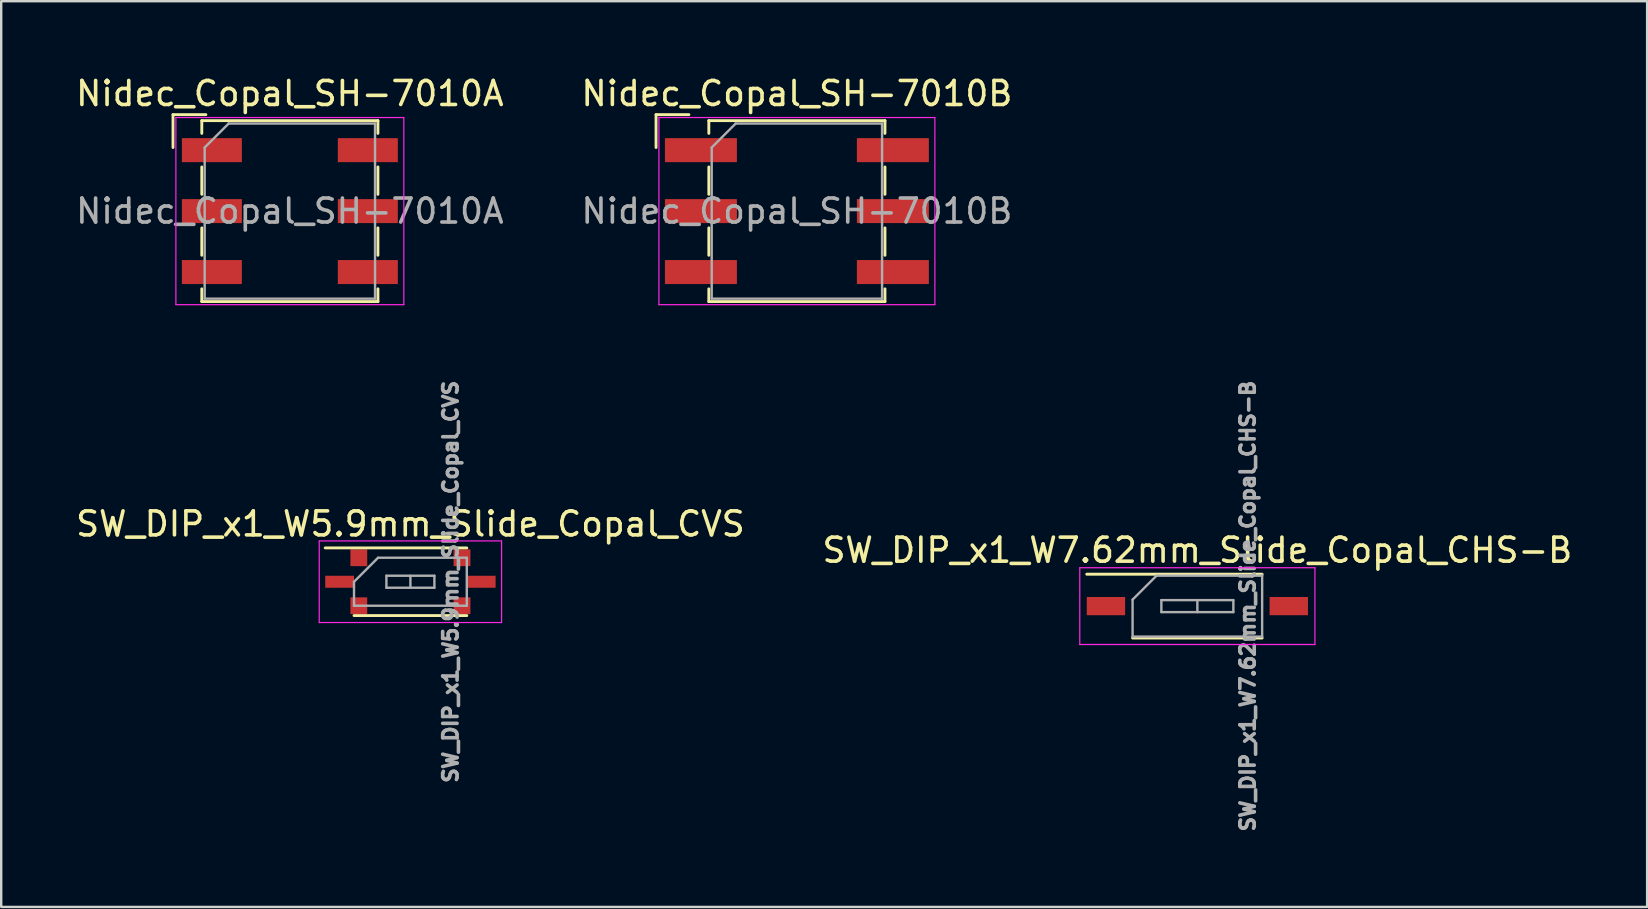
<source format=kicad_pcb>
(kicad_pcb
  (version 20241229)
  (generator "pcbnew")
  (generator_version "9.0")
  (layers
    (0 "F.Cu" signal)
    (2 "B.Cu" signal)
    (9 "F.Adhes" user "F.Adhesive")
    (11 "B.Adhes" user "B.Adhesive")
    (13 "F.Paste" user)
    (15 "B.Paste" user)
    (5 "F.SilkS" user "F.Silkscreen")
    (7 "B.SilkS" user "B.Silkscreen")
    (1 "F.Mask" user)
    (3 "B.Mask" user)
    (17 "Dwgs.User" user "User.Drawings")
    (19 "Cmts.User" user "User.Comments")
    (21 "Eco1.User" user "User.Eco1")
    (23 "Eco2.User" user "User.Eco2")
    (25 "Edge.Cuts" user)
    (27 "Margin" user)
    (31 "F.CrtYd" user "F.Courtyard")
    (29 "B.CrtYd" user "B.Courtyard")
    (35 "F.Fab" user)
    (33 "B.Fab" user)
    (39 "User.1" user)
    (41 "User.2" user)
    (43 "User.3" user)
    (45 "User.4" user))
  (footprint "Nidec_Copal_SH-7010A"
    (layer "F.Cu")
    (at 9.03 5.748)
    (property "Reference" "Nidec_Copal_SH-7010A" (at 0 -4.9 0) (layer "F.SilkS") (effects (font (size 1 1) (thickness 0.15))))
    (attr smd)
    (fp_line (start -4.87 -4.02) (end -3.5 -4.02) (stroke (width 0.12) (type solid)) (layer "F.SilkS"))
    (fp_line (start -4.87 -2.65) (end -4.87 -4.02) (stroke (width 0.12) (type solid)) (layer "F.SilkS"))
    (fp_line (start -3.67 -3.77) (end 3.67 -3.77) (stroke (width 0.12) (type solid)) (layer "F.SilkS"))
    (fp_line (start -3.67 -3.24) (end -3.67 -3.77) (stroke (width 0.12) (type solid)) (layer "F.SilkS"))
    (fp_line (start -3.67 -1.84) (end -3.67 -0.7) (stroke (width 0.12) (type solid)) (layer "F.SilkS"))
    (fp_line (start -3.67 0.7) (end -3.67 1.84) (stroke (width 0.12) (type solid)) (layer "F.SilkS"))
    (fp_line (start -3.67 3.24) (end -3.67 3.77) (stroke (width 0.12) (type solid)) (layer "F.SilkS"))
    (fp_line (start -3.67 3.77) (end 3.67 3.77) (stroke (width 0.12) (type solid)) (layer "F.SilkS"))
    (fp_line (start 3.67 -3.77) (end 3.67 -3.24) (stroke (width 0.12) (type solid)) (layer "F.SilkS"))
    (fp_line (start 3.67 -1.84) (end 3.67 -0.7) (stroke (width 0.12) (type solid)) (layer "F.SilkS"))
    (fp_line (start 3.67 0.7) (end 3.67 1.84) (stroke (width 0.12) (type solid)) (layer "F.SilkS"))
    (fp_line (start 3.67 3.77) (end 3.67 3.24) (stroke (width 0.12) (type solid)) (layer "F.SilkS"))
    (fp_line (start -4.75 -3.9) (end -4.75 3.9) (stroke (width 0.05) (type solid)) (layer "F.CrtYd"))
    (fp_line (start -4.75 3.9) (end 4.75 3.9) (stroke (width 0.05) (type solid)) (layer "F.CrtYd"))
    (fp_line (start 4.75 -3.9) (end -4.75 -3.9) (stroke (width 0.05) (type solid)) (layer "F.CrtYd"))
    (fp_line (start 4.75 3.9) (end 4.75 -3.9) (stroke (width 0.05) (type solid)) (layer "F.CrtYd"))
    (fp_line (start -3.55 -2.65) (end -2.55 -3.65) (stroke (width 0.1) (type solid)) (layer "F.Fab"))
    (fp_line (start -3.55 3.65) (end -3.55 -2.65) (stroke (width 0.1) (type solid)) (layer "F.Fab"))
    (fp_line (start -2.55 -3.65) (end 3.55 -3.65) (stroke (width 0.1) (type solid)) (layer "F.Fab"))
    (fp_line (start 3.55 -3.65) (end 3.55 3.65) (stroke (width 0.1) (type solid)) (layer "F.Fab"))
    (fp_line (start 3.55 3.65) (end -3.55 3.65) (stroke (width 0.1) (type solid)) (layer "F.Fab"))
    (fp_text user "${REFERENCE}" (at 0 0 0) (layer "F.Fab") (effects (font (size 1 1) (thickness 0.15))))
    (pad "1" smd rect (at -3.25 -2.54) (size 2.5 1) (layers "F.Cu" "F.Mask" "F.Paste"))
    (pad "2" smd rect (at 3.25 2.54) (size 2.5 1) (layers "F.Cu" "F.Mask" "F.Paste"))
    (pad "4" smd rect (at -3.25 2.54) (size 2.5 1) (layers "F.Cu" "F.Mask" "F.Paste"))
    (pad "8" smd rect (at 3.25 -2.54) (size 2.5 1) (layers "F.Cu" "F.Mask" "F.Paste"))
    (pad "C" smd rect (at -3.25 0) (size 2.5 1) (layers "F.Cu" "F.Mask" "F.Paste"))
    (pad "C" smd rect (at 3.25 0) (size 2.5 1) (layers "F.Cu" "F.Mask" "F.Paste")))
  (footprint "SW_DIP_x1_W7.62mm_Slide_Copal_CHS-B"
    (layer "F.Cu")
    (at 46.851 22.21)
    (property "Reference" "SW_DIP_x1_W7.62mm_Slide_Copal_CHS-B" (at 0 -2.33 0) (layer "F.SilkS") (effects (font (size 1 1) (thickness 0.15))))
    (attr smd)
    (fp_line (start -4.61 -1.33) (end 2.7 -1.33) (stroke (width 0.12) (type solid)) (layer "F.SilkS"))
    (fp_line (start -2.7 1.33) (end 2.7 1.33) (stroke (width 0.12) (type solid)) (layer "F.SilkS"))
    (fp_line (start -4.9 -1.6) (end -4.9 1.6) (stroke (width 0.05) (type solid)) (layer "F.CrtYd"))
    (fp_line (start -4.9 1.6) (end 4.9 1.6) (stroke (width 0.05) (type solid)) (layer "F.CrtYd"))
    (fp_line (start 4.9 -1.6) (end -4.9 -1.6) (stroke (width 0.05) (type solid)) (layer "F.CrtYd"))
    (fp_line (start 4.9 1.6) (end 4.9 -1.6) (stroke (width 0.05) (type solid)) (layer "F.CrtYd"))
    (fp_line (start -2.7 -0.27) (end -1.7 -1.27) (stroke (width 0.1) (type solid)) (layer "F.Fab"))
    (fp_line (start -2.7 1.27) (end -2.7 -0.27) (stroke (width 0.1) (type solid)) (layer "F.Fab"))
    (fp_line (start -1.7 -1.27) (end 2.7 -1.27) (stroke (width 0.1) (type solid)) (layer "F.Fab"))
    (fp_line (start -1.5 -0.25) (end -1.5 0.25) (stroke (width 0.1) (type solid)) (layer "F.Fab"))
    (fp_line (start -1.5 0.25) (end 1.5 0.25) (stroke (width 0.1) (type solid)) (layer "F.Fab"))
    (fp_line (start 0 -0.25) (end 0 0.25) (stroke (width 0.1) (type solid)) (layer "F.Fab"))
    (fp_line (start 1.5 -0.25) (end -1.5 -0.25) (stroke (width 0.1) (type solid)) (layer "F.Fab"))
    (fp_line (start 1.5 0.25) (end 1.5 -0.25) (stroke (width 0.1) (type solid)) (layer "F.Fab"))
    (fp_line (start 2.7 -1.27) (end 2.7 1.27) (stroke (width 0.1) (type solid)) (layer "F.Fab"))
    (fp_line (start 2.7 1.27) (end -2.7 1.27) (stroke (width 0.1) (type solid)) (layer "F.Fab"))
    (fp_text user "${REFERENCE}" (at 2.1 0 90) (layer "F.Fab") (effects (font (size 0.6 0.6) (thickness 0.15))))
    (pad "1" smd rect (at -3.81 0) (size 1.6 0.76) (layers "F.Cu" "F.Mask" "F.Paste"))
    (pad "2" smd rect (at 3.81 0) (size 1.6 0.76) (layers "F.Cu" "F.Mask" "F.Paste")))
  (footprint "Nidec_Copal_SH-7010B"
    (layer "F.Cu")
    (at 30.161 5.748)
    (property "Reference" "Nidec_Copal_SH-7010B" (at 0 -4.9 0) (layer "F.SilkS") (effects (font (size 1 1) (thickness 0.15))))
    (attr smd)
    (fp_line (start -5.87 -4.02) (end -4.5 -4.02) (stroke (width 0.12) (type solid)) (layer "F.SilkS"))
    (fp_line (start -5.87 -2.65) (end -5.87 -4.02) (stroke (width 0.12) (type solid)) (layer "F.SilkS"))
    (fp_line (start -3.67 -3.77) (end 3.67 -3.77) (stroke (width 0.12) (type solid)) (layer "F.SilkS"))
    (fp_line (start -3.67 -3.24) (end -3.67 -3.77) (stroke (width 0.12) (type solid)) (layer "F.SilkS"))
    (fp_line (start -3.67 -1.84) (end -3.67 -0.7) (stroke (width 0.12) (type solid)) (layer "F.SilkS"))
    (fp_line (start -3.67 0.7) (end -3.67 1.84) (stroke (width 0.12) (type solid)) (layer "F.SilkS"))
    (fp_line (start -3.67 3.24) (end -3.67 3.77) (stroke (width 0.12) (type solid)) (layer "F.SilkS"))
    (fp_line (start -3.67 3.77) (end 3.67 3.77) (stroke (width 0.12) (type solid)) (layer "F.SilkS"))
    (fp_line (start 3.67 -3.77) (end 3.67 -3.24) (stroke (width 0.12) (type solid)) (layer "F.SilkS"))
    (fp_line (start 3.67 -1.84) (end 3.67 -0.7) (stroke (width 0.12) (type solid)) (layer "F.SilkS"))
    (fp_line (start 3.67 0.7) (end 3.67 1.84) (stroke (width 0.12) (type solid)) (layer "F.SilkS"))
    (fp_line (start 3.67 3.77) (end 3.67 3.24) (stroke (width 0.12) (type solid)) (layer "F.SilkS"))
    (fp_line (start -5.75 -3.9) (end -5.75 3.9) (stroke (width 0.05) (type solid)) (layer "F.CrtYd"))
    (fp_line (start -5.75 3.9) (end 5.75 3.9) (stroke (width 0.05) (type solid)) (layer "F.CrtYd"))
    (fp_line (start 5.75 -3.9) (end -5.75 -3.9) (stroke (width 0.05) (type solid)) (layer "F.CrtYd"))
    (fp_line (start 5.75 3.9) (end 5.75 -3.9) (stroke (width 0.05) (type solid)) (layer "F.CrtYd"))
    (fp_line (start -3.55 -2.65) (end -2.55 -3.65) (stroke (width 0.1) (type solid)) (layer "F.Fab"))
    (fp_line (start -3.55 3.65) (end -3.55 -2.65) (stroke (width 0.1) (type solid)) (layer "F.Fab"))
    (fp_line (start -2.55 -3.65) (end 3.55 -3.65) (stroke (width 0.1) (type solid)) (layer "F.Fab"))
    (fp_line (start 3.55 -3.65) (end 3.55 3.65) (stroke (width 0.1) (type solid)) (layer "F.Fab"))
    (fp_line (start 3.55 3.65) (end -3.55 3.65) (stroke (width 0.1) (type solid)) (layer "F.Fab"))
    (fp_text user "${REFERENCE}" (at 0 0 0) (layer "F.Fab") (effects (font (size 1 1) (thickness 0.15))))
    (pad "1" smd rect (at -4 -2.54) (size 3 1) (layers "F.Cu" "F.Mask" "F.Paste"))
    (pad "2" smd rect (at 4 2.54) (size 3 1) (layers "F.Cu" "F.Mask" "F.Paste"))
    (pad "4" smd rect (at -4 2.54) (size 3 1) (layers "F.Cu" "F.Mask" "F.Paste"))
    (pad "8" smd rect (at 4 -2.54) (size 3 1) (layers "F.Cu" "F.Mask" "F.Paste"))
    (pad "C" smd rect (at -4 0) (size 3 1) (layers "F.Cu" "F.Mask" "F.Paste"))
    (pad "C" smd rect (at 4 0) (size 3 1) (layers "F.Cu" "F.Mask" "F.Paste")))
  (footprint "SW_DIP_x1_W5.9mm_Slide_Copal_CVS"
    (layer "F.Cu")
    (at 14.054 21.195)
    (property "Reference" "SW_DIP_x1_W5.9mm_Slide_Copal_CVS" (at 0 -2.41 0) (layer "F.SilkS") (effects (font (size 1 1) (thickness 0.15))))
    (attr smd)
    (fp_line (start -3.55 -1.41) (end 2.35 -1.41) (stroke (width 0.12) (type solid)) (layer "F.SilkS"))
    (fp_line (start -2.35 1.41) (end 2.35 1.41) (stroke (width 0.12) (type solid)) (layer "F.SilkS"))
    (fp_line (start -3.8 -1.7) (end -3.8 1.7) (stroke (width 0.05) (type solid)) (layer "F.CrtYd"))
    (fp_line (start -3.8 1.7) (end 3.8 1.7) (stroke (width 0.05) (type solid)) (layer "F.CrtYd"))
    (fp_line (start 3.8 -1.7) (end -3.8 -1.7) (stroke (width 0.05) (type solid)) (layer "F.CrtYd"))
    (fp_line (start 3.8 1.7) (end 3.8 -1.7) (stroke (width 0.05) (type solid)) (layer "F.CrtYd"))
    (fp_line (start -2.35 0) (end -1.35 -1) (stroke (width 0.1) (type solid)) (layer "F.Fab"))
    (fp_line (start -2.35 1) (end -2.35 0) (stroke (width 0.1) (type solid)) (layer "F.Fab"))
    (fp_line (start -1.35 -1) (end 2.35 -1) (stroke (width 0.1) (type solid)) (layer "F.Fab"))
    (fp_line (start -1 -0.25) (end -1 0.25) (stroke (width 0.1) (type solid)) (layer "F.Fab"))
    (fp_line (start -1 0.25) (end 1 0.25) (stroke (width 0.1) (type solid)) (layer "F.Fab"))
    (fp_line (start 0 -0.25) (end 0 0.25) (stroke (width 0.1) (type solid)) (layer "F.Fab"))
    (fp_line (start 1 -0.25) (end -1 -0.25) (stroke (width 0.1) (type solid)) (layer "F.Fab"))
    (fp_line (start 1 0.25) (end 1 -0.25) (stroke (width 0.1) (type solid)) (layer "F.Fab"))
    (fp_line (start 2.35 -1) (end 2.35 1) (stroke (width 0.1) (type solid)) (layer "F.Fab"))
    (fp_line (start 2.35 1) (end -2.35 1) (stroke (width 0.1) (type solid)) (layer "F.Fab"))
    (fp_text user "${REFERENCE}" (at 1.675 0 90) (layer "F.Fab") (effects (font (size 0.6 0.6) (thickness 0.15))))
    (pad "1" smd rect (at -2.95 0) (size 1.2 0.5) (layers "F.Cu" "F.Mask" "F.Paste"))
    (pad "2" smd rect (at 2.95 0) (size 1.2 0.5) (layers "F.Cu" "F.Mask" "F.Paste"))
    (pad "3" smd rect (at -2.15 -1) (size 0.7 0.7) (layers "F.Cu" "F.Mask" "F.Paste"))
    (pad "3" smd rect (at -2.15 1) (size 0.7 0.7) (layers "F.Cu" "F.Mask" "F.Paste"))
    (pad "3" smd rect (at 2.15 -1) (size 0.7 0.7) (layers "F.Cu" "F.Mask" "F.Paste"))
    (pad "3" smd rect (at 2.15 1) (size 0.7 0.7) (layers "F.Cu" "F.Mask" "F.Paste")))
  (gr_rect
    (start -3 -3)
    (end 65.595 34.746)
    (stroke (width 0.1) (type default))
    (fill no)
    (layer "Edge.Cuts")))
</source>
